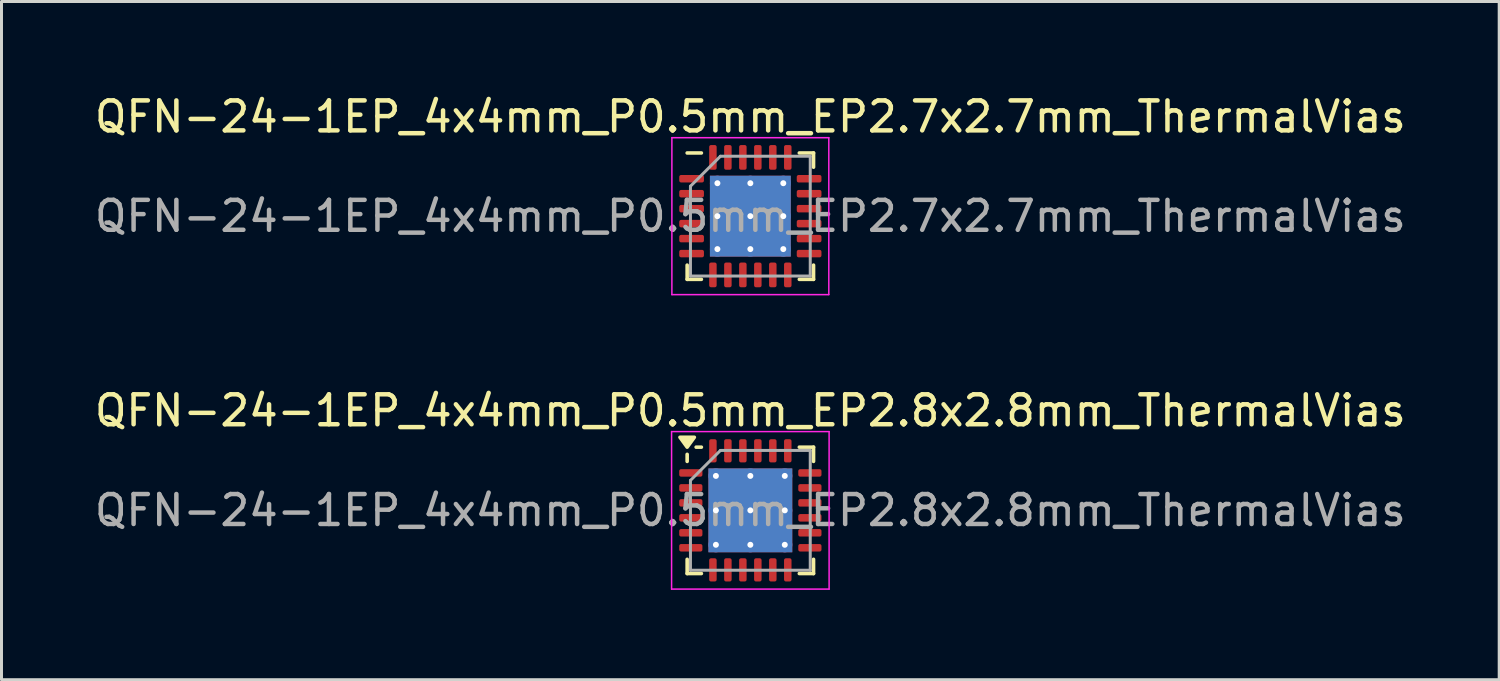
<source format=kicad_pcb>
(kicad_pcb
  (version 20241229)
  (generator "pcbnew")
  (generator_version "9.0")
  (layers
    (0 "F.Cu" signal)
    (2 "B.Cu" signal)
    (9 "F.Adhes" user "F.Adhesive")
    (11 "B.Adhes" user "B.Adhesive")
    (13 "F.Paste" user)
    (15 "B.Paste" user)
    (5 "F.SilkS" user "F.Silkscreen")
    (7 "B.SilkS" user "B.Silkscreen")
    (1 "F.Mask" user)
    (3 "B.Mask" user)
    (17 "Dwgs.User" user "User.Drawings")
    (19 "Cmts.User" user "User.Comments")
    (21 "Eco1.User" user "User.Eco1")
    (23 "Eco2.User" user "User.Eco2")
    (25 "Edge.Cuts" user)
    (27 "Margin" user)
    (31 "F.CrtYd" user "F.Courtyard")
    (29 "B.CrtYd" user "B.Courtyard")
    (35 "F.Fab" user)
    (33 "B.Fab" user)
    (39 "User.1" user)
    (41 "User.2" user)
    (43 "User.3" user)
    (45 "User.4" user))
  (footprint "QFN-24-1EP_4x4mm_P0.5mm_EP2.8x2.8mm_ThermalVias"
    (layer "F.Cu")
    (at 22.006 13.992)
    (property "Reference" "QFN-24-1EP_4x4mm_P0.5mm_EP2.8x2.8mm_ThermalVias" (at 0 -3.33 0) (layer "F.SilkS") (effects (font (size 1 1) (thickness 0.15))))
    (attr smd)
    (fp_line (start -2.11 -1.635) (end -2.11 -1.87) (stroke (width 0.12) (type solid)) (layer "F.SilkS"))
    (fp_line (start -2.11 2.11) (end -2.11 1.635) (stroke (width 0.12) (type solid)) (layer "F.SilkS"))
    (fp_line (start -1.635 -2.11) (end -1.81 -2.11) (stroke (width 0.12) (type solid)) (layer "F.SilkS"))
    (fp_line (start -1.635 2.11) (end -2.11 2.11) (stroke (width 0.12) (type solid)) (layer "F.SilkS"))
    (fp_line (start 1.635 -2.11) (end 2.11 -2.11) (stroke (width 0.12) (type solid)) (layer "F.SilkS"))
    (fp_line (start 1.635 2.11) (end 2.11 2.11) (stroke (width 0.12) (type solid)) (layer "F.SilkS"))
    (fp_line (start 2.11 -2.11) (end 2.11 -1.635) (stroke (width 0.12) (type solid)) (layer "F.SilkS"))
    (fp_line (start 2.11 2.11) (end 2.11 1.635) (stroke (width 0.12) (type solid)) (layer "F.SilkS"))
    (fp_poly (pts (xy -2.11 -2.11) (xy -2.35 -2.44) (xy -1.87 -2.44) (xy -2.11 -2.11)) (stroke (width 0.12) (type solid)) (fill yes) (layer "F.SilkS"))
    (fp_line (start -2.63 -2.63) (end -2.63 2.63) (stroke (width 0.05) (type solid)) (layer "F.CrtYd"))
    (fp_line (start -2.63 2.63) (end 2.63 2.63) (stroke (width 0.05) (type solid)) (layer "F.CrtYd"))
    (fp_line (start 2.63 -2.63) (end -2.63 -2.63) (stroke (width 0.05) (type solid)) (layer "F.CrtYd"))
    (fp_line (start 2.63 2.63) (end 2.63 -2.63) (stroke (width 0.05) (type solid)) (layer "F.CrtYd"))
    (fp_line (start -2 -1) (end -1 -2) (stroke (width 0.1) (type solid)) (layer "F.Fab"))
    (fp_line (start -2 2) (end -2 -1) (stroke (width 0.1) (type solid)) (layer "F.Fab"))
    (fp_line (start -1 -2) (end 2 -2) (stroke (width 0.1) (type solid)) (layer "F.Fab"))
    (fp_line (start 2 -2) (end 2 2) (stroke (width 0.1) (type solid)) (layer "F.Fab"))
    (fp_line (start 2 2) (end -2 2) (stroke (width 0.1) (type solid)) (layer "F.Fab"))
    (fp_text user "${REFERENCE}" (at 0 0 0) (layer "F.Fab") (effects (font (size 1 1) (thickness 0.15))))
    (pad "" smd roundrect (at -0.7 -0.7) (size 1.21 1.21) (layers "F.Paste") (roundrect_rratio 0.207))
    (pad "" smd roundrect (at -0.7 0.7) (size 1.21 1.21) (layers "F.Paste") (roundrect_rratio 0.207))
    (pad "" smd roundrect (at 0.7 -0.7) (size 1.21 1.21) (layers "F.Paste") (roundrect_rratio 0.207))
    (pad "" smd roundrect (at 0.7 0.7) (size 1.21 1.21) (layers "F.Paste") (roundrect_rratio 0.207))
    (pad "1" smd roundrect (at -1.988 -1.25) (size 0.775 0.25) (layers "F.Cu" "F.Mask" "F.Paste") (roundrect_rratio 0.25))
    (pad "2" smd roundrect (at -1.988 -0.75) (size 0.775 0.25) (layers "F.Cu" "F.Mask" "F.Paste") (roundrect_rratio 0.25))
    (pad "3" smd roundrect (at -1.988 -0.25) (size 0.775 0.25) (layers "F.Cu" "F.Mask" "F.Paste") (roundrect_rratio 0.25))
    (pad "4" smd roundrect (at -1.988 0.25) (size 0.775 0.25) (layers "F.Cu" "F.Mask" "F.Paste") (roundrect_rratio 0.25))
    (pad "5" smd roundrect (at -1.988 0.75) (size 0.775 0.25) (layers "F.Cu" "F.Mask" "F.Paste") (roundrect_rratio 0.25))
    (pad "6" smd roundrect (at -1.988 1.25) (size 0.775 0.25) (layers "F.Cu" "F.Mask" "F.Paste") (roundrect_rratio 0.25))
    (pad "7" smd roundrect (at -1.25 1.988) (size 0.25 0.775) (layers "F.Cu" "F.Mask" "F.Paste") (roundrect_rratio 0.25))
    (pad "8" smd roundrect (at -0.75 1.988) (size 0.25 0.775) (layers "F.Cu" "F.Mask" "F.Paste") (roundrect_rratio 0.25))
    (pad "9" smd roundrect (at -0.25 1.988) (size 0.25 0.775) (layers "F.Cu" "F.Mask" "F.Paste") (roundrect_rratio 0.25))
    (pad "10" smd roundrect (at 0.25 1.988) (size 0.25 0.775) (layers "F.Cu" "F.Mask" "F.Paste") (roundrect_rratio 0.25))
    (pad "11" smd roundrect (at 0.75 1.988) (size 0.25 0.775) (layers "F.Cu" "F.Mask" "F.Paste") (roundrect_rratio 0.25))
    (pad "12" smd roundrect (at 1.25 1.988) (size 0.25 0.775) (layers "F.Cu" "F.Mask" "F.Paste") (roundrect_rratio 0.25))
    (pad "13" smd roundrect (at 1.988 1.25) (size 0.775 0.25) (layers "F.Cu" "F.Mask" "F.Paste") (roundrect_rratio 0.25))
    (pad "14" smd roundrect (at 1.988 0.75) (size 0.775 0.25) (layers "F.Cu" "F.Mask" "F.Paste") (roundrect_rratio 0.25))
    (pad "15" smd roundrect (at 1.988 0.25) (size 0.775 0.25) (layers "F.Cu" "F.Mask" "F.Paste") (roundrect_rratio 0.25))
    (pad "16" smd roundrect (at 1.988 -0.25) (size 0.775 0.25) (layers "F.Cu" "F.Mask" "F.Paste") (roundrect_rratio 0.25))
    (pad "17" smd roundrect (at 1.988 -0.75) (size 0.775 0.25) (layers "F.Cu" "F.Mask" "F.Paste") (roundrect_rratio 0.25))
    (pad "18" smd roundrect (at 1.988 -1.25) (size 0.775 0.25) (layers "F.Cu" "F.Mask" "F.Paste") (roundrect_rratio 0.25))
    (pad "19" smd roundrect (at 1.25 -1.988) (size 0.25 0.775) (layers "F.Cu" "F.Mask" "F.Paste") (roundrect_rratio 0.25))
    (pad "20" smd roundrect (at 0.75 -1.988) (size 0.25 0.775) (layers "F.Cu" "F.Mask" "F.Paste") (roundrect_rratio 0.25))
    (pad "21" smd roundrect (at 0.25 -1.988) (size 0.25 0.775) (layers "F.Cu" "F.Mask" "F.Paste") (roundrect_rratio 0.25))
    (pad "22" smd roundrect (at -0.25 -1.988) (size 0.25 0.775) (layers "F.Cu" "F.Mask" "F.Paste") (roundrect_rratio 0.25))
    (pad "23" smd roundrect (at -0.75 -1.988) (size 0.25 0.775) (layers "F.Cu" "F.Mask" "F.Paste") (roundrect_rratio 0.25))
    (pad "24" smd roundrect (at -1.25 -1.988) (size 0.25 0.775) (layers "F.Cu" "F.Mask" "F.Paste") (roundrect_rratio 0.25))
    (pad "25" thru_hole circle (at -1.15 -1.15) (size 0.5 0.5) (drill 0.2) (property pad_prop_heatsink) (layers "*.Cu"))
    (pad "25" thru_hole circle (at -1.15 0) (size 0.5 0.5) (drill 0.2) (property pad_prop_heatsink) (layers "*.Cu"))
    (pad "25" thru_hole circle (at -1.15 1.15) (size 0.5 0.5) (drill 0.2) (property pad_prop_heatsink) (layers "*.Cu"))
    (pad "25" thru_hole circle (at 0 -1.15) (size 0.5 0.5) (drill 0.2) (property pad_prop_heatsink) (layers "*.Cu"))
    (pad "25" thru_hole circle (at 0 0) (size 0.5 0.5) (drill 0.2) (property pad_prop_heatsink) (layers "*.Cu"))
    (pad "25" smd rect (at 0 0) (size 2.8 2.8) (property pad_prop_heatsink) (layers "F.Cu" "F.Mask"))
    (pad "25" smd rect (at 0 0) (size 2.8 2.8) (property pad_prop_heatsink) (layers "B.Cu"))
    (pad "25" thru_hole circle (at 0 1.15) (size 0.5 0.5) (drill 0.2) (property pad_prop_heatsink) (layers "*.Cu"))
    (pad "25" thru_hole circle (at 1.15 -1.15) (size 0.5 0.5) (drill 0.2) (property pad_prop_heatsink) (layers "*.Cu"))
    (pad "25" thru_hole circle (at 1.15 0) (size 0.5 0.5) (drill 0.2) (property pad_prop_heatsink) (layers "*.Cu"))
    (pad "25" thru_hole circle (at 1.15 1.15) (size 0.5 0.5) (drill 0.2) (property pad_prop_heatsink) (layers "*.Cu")))
  (footprint "QFN-24-1EP_4x4mm_P0.5mm_EP2.7x2.7mm_ThermalVias"
    (layer "F.Cu")
    (at 22.006 4.168)
    (property "Reference" "QFN-24-1EP_4x4mm_P0.5mm_EP2.7x2.7mm_ThermalVias" (at 0 -3.32 0) (layer "F.SilkS") (effects (font (size 1 1) (thickness 0.15))))
    (attr smd)
    (fp_line (start -2.11 2.11) (end -2.11 1.635) (stroke (width 0.12) (type solid)) (layer "F.SilkS"))
    (fp_line (start -1.635 -2.11) (end -2.11 -2.11) (stroke (width 0.12) (type solid)) (layer "F.SilkS"))
    (fp_line (start -1.635 2.11) (end -2.11 2.11) (stroke (width 0.12) (type solid)) (layer "F.SilkS"))
    (fp_line (start 1.635 -2.11) (end 2.11 -2.11) (stroke (width 0.12) (type solid)) (layer "F.SilkS"))
    (fp_line (start 1.635 2.11) (end 2.11 2.11) (stroke (width 0.12) (type solid)) (layer "F.SilkS"))
    (fp_line (start 2.11 -2.11) (end 2.11 -1.635) (stroke (width 0.12) (type solid)) (layer "F.SilkS"))
    (fp_line (start 2.11 2.11) (end 2.11 1.635) (stroke (width 0.12) (type solid)) (layer "F.SilkS"))
    (fp_line (start -2.62 -2.62) (end -2.62 2.62) (stroke (width 0.05) (type solid)) (layer "F.CrtYd"))
    (fp_line (start -2.62 2.62) (end 2.62 2.62) (stroke (width 0.05) (type solid)) (layer "F.CrtYd"))
    (fp_line (start 2.62 -2.62) (end -2.62 -2.62) (stroke (width 0.05) (type solid)) (layer "F.CrtYd"))
    (fp_line (start 2.62 2.62) (end 2.62 -2.62) (stroke (width 0.05) (type solid)) (layer "F.CrtYd"))
    (fp_line (start -2 -1) (end -1 -2) (stroke (width 0.1) (type solid)) (layer "F.Fab"))
    (fp_line (start -2 2) (end -2 -1) (stroke (width 0.1) (type solid)) (layer "F.Fab"))
    (fp_line (start -1 -2) (end 2 -2) (stroke (width 0.1) (type solid)) (layer "F.Fab"))
    (fp_line (start 2 -2) (end 2 2) (stroke (width 0.1) (type solid)) (layer "F.Fab"))
    (fp_line (start 2 2) (end -2 2) (stroke (width 0.1) (type solid)) (layer "F.Fab"))
    (fp_text user "${REFERENCE}" (at 0 0 0) (layer "F.Fab") (effects (font (size 1 1) (thickness 0.15))))
    (pad "" smd roundrect (at -0.675 -0.675) (size 1.17 1.17) (layers "F.Paste") (roundrect_rratio 0.214))
    (pad "" smd roundrect (at -0.675 0.675) (size 1.17 1.17) (layers "F.Paste") (roundrect_rratio 0.214))
    (pad "" smd roundrect (at 0.675 -0.675) (size 1.17 1.17) (layers "F.Paste") (roundrect_rratio 0.214))
    (pad "" smd roundrect (at 0.675 0.675) (size 1.17 1.17) (layers "F.Paste") (roundrect_rratio 0.214))
    (pad "1" smd roundrect (at -1.962 -1.25) (size 0.825 0.25) (layers "F.Cu" "F.Mask" "F.Paste") (roundrect_rratio 0.25))
    (pad "2" smd roundrect (at -1.962 -0.75) (size 0.825 0.25) (layers "F.Cu" "F.Mask" "F.Paste") (roundrect_rratio 0.25))
    (pad "3" smd roundrect (at -1.962 -0.25) (size 0.825 0.25) (layers "F.Cu" "F.Mask" "F.Paste") (roundrect_rratio 0.25))
    (pad "4" smd roundrect (at -1.962 0.25) (size 0.825 0.25) (layers "F.Cu" "F.Mask" "F.Paste") (roundrect_rratio 0.25))
    (pad "5" smd roundrect (at -1.962 0.75) (size 0.825 0.25) (layers "F.Cu" "F.Mask" "F.Paste") (roundrect_rratio 0.25))
    (pad "6" smd roundrect (at -1.962 1.25) (size 0.825 0.25) (layers "F.Cu" "F.Mask" "F.Paste") (roundrect_rratio 0.25))
    (pad "7" smd roundrect (at -1.25 1.962) (size 0.25 0.825) (layers "F.Cu" "F.Mask" "F.Paste") (roundrect_rratio 0.25))
    (pad "8" smd roundrect (at -0.75 1.962) (size 0.25 0.825) (layers "F.Cu" "F.Mask" "F.Paste") (roundrect_rratio 0.25))
    (pad "9" smd roundrect (at -0.25 1.962) (size 0.25 0.825) (layers "F.Cu" "F.Mask" "F.Paste") (roundrect_rratio 0.25))
    (pad "10" smd roundrect (at 0.25 1.962) (size 0.25 0.825) (layers "F.Cu" "F.Mask" "F.Paste") (roundrect_rratio 0.25))
    (pad "11" smd roundrect (at 0.75 1.962) (size 0.25 0.825) (layers "F.Cu" "F.Mask" "F.Paste") (roundrect_rratio 0.25))
    (pad "12" smd roundrect (at 1.25 1.962) (size 0.25 0.825) (layers "F.Cu" "F.Mask" "F.Paste") (roundrect_rratio 0.25))
    (pad "13" smd roundrect (at 1.962 1.25) (size 0.825 0.25) (layers "F.Cu" "F.Mask" "F.Paste") (roundrect_rratio 0.25))
    (pad "14" smd roundrect (at 1.962 0.75) (size 0.825 0.25) (layers "F.Cu" "F.Mask" "F.Paste") (roundrect_rratio 0.25))
    (pad "15" smd roundrect (at 1.962 0.25) (size 0.825 0.25) (layers "F.Cu" "F.Mask" "F.Paste") (roundrect_rratio 0.25))
    (pad "16" smd roundrect (at 1.962 -0.25) (size 0.825 0.25) (layers "F.Cu" "F.Mask" "F.Paste") (roundrect_rratio 0.25))
    (pad "17" smd roundrect (at 1.962 -0.75) (size 0.825 0.25) (layers "F.Cu" "F.Mask" "F.Paste") (roundrect_rratio 0.25))
    (pad "18" smd roundrect (at 1.962 -1.25) (size 0.825 0.25) (layers "F.Cu" "F.Mask" "F.Paste") (roundrect_rratio 0.25))
    (pad "19" smd roundrect (at 1.25 -1.962) (size 0.25 0.825) (layers "F.Cu" "F.Mask" "F.Paste") (roundrect_rratio 0.25))
    (pad "20" smd roundrect (at 0.75 -1.962) (size 0.25 0.825) (layers "F.Cu" "F.Mask" "F.Paste") (roundrect_rratio 0.25))
    (pad "21" smd roundrect (at 0.25 -1.962) (size 0.25 0.825) (layers "F.Cu" "F.Mask" "F.Paste") (roundrect_rratio 0.25))
    (pad "22" smd roundrect (at -0.25 -1.962) (size 0.25 0.825) (layers "F.Cu" "F.Mask" "F.Paste") (roundrect_rratio 0.25))
    (pad "23" smd roundrect (at -0.75 -1.962) (size 0.25 0.825) (layers "F.Cu" "F.Mask" "F.Paste") (roundrect_rratio 0.25))
    (pad "24" smd roundrect (at -1.25 -1.962) (size 0.25 0.825) (layers "F.Cu" "F.Mask" "F.Paste") (roundrect_rratio 0.25))
    (pad "25" thru_hole circle (at -1.1 -1.1) (size 0.5 0.5) (drill 0.2) (layers "*.Cu"))
    (pad "25" thru_hole circle (at -1.1 0) (size 0.5 0.5) (drill 0.2) (layers "*.Cu"))
    (pad "25" thru_hole circle (at -1.1 1.1) (size 0.5 0.5) (drill 0.2) (layers "*.Cu"))
    (pad "25" thru_hole circle (at 0 -1.1) (size 0.5 0.5) (drill 0.2) (layers "*.Cu"))
    (pad "25" thru_hole circle (at 0 0) (size 0.5 0.5) (drill 0.2) (layers "*.Cu"))
    (pad "25" smd rect (at 0 0) (size 2.7 2.7) (layers "F.Cu" "F.Mask"))
    (pad "25" smd rect (at 0 0) (size 2.7 2.7) (layers "B.Cu"))
    (pad "25" thru_hole circle (at 0 1.1) (size 0.5 0.5) (drill 0.2) (layers "*.Cu"))
    (pad "25" thru_hole circle (at 1.1 -1.1) (size 0.5 0.5) (drill 0.2) (layers "*.Cu"))
    (pad "25" thru_hole circle (at 1.1 0) (size 0.5 0.5) (drill 0.2) (layers "*.Cu"))
    (pad "25" thru_hole circle (at 1.1 1.1) (size 0.5 0.5) (drill 0.2) (layers "*.Cu")))
  (gr_rect
    (start -3 -3)
    (end 47.012 19.646)
    (stroke (width 0.1) (type default))
    (fill no)
    (layer "Edge.Cuts")))
</source>
